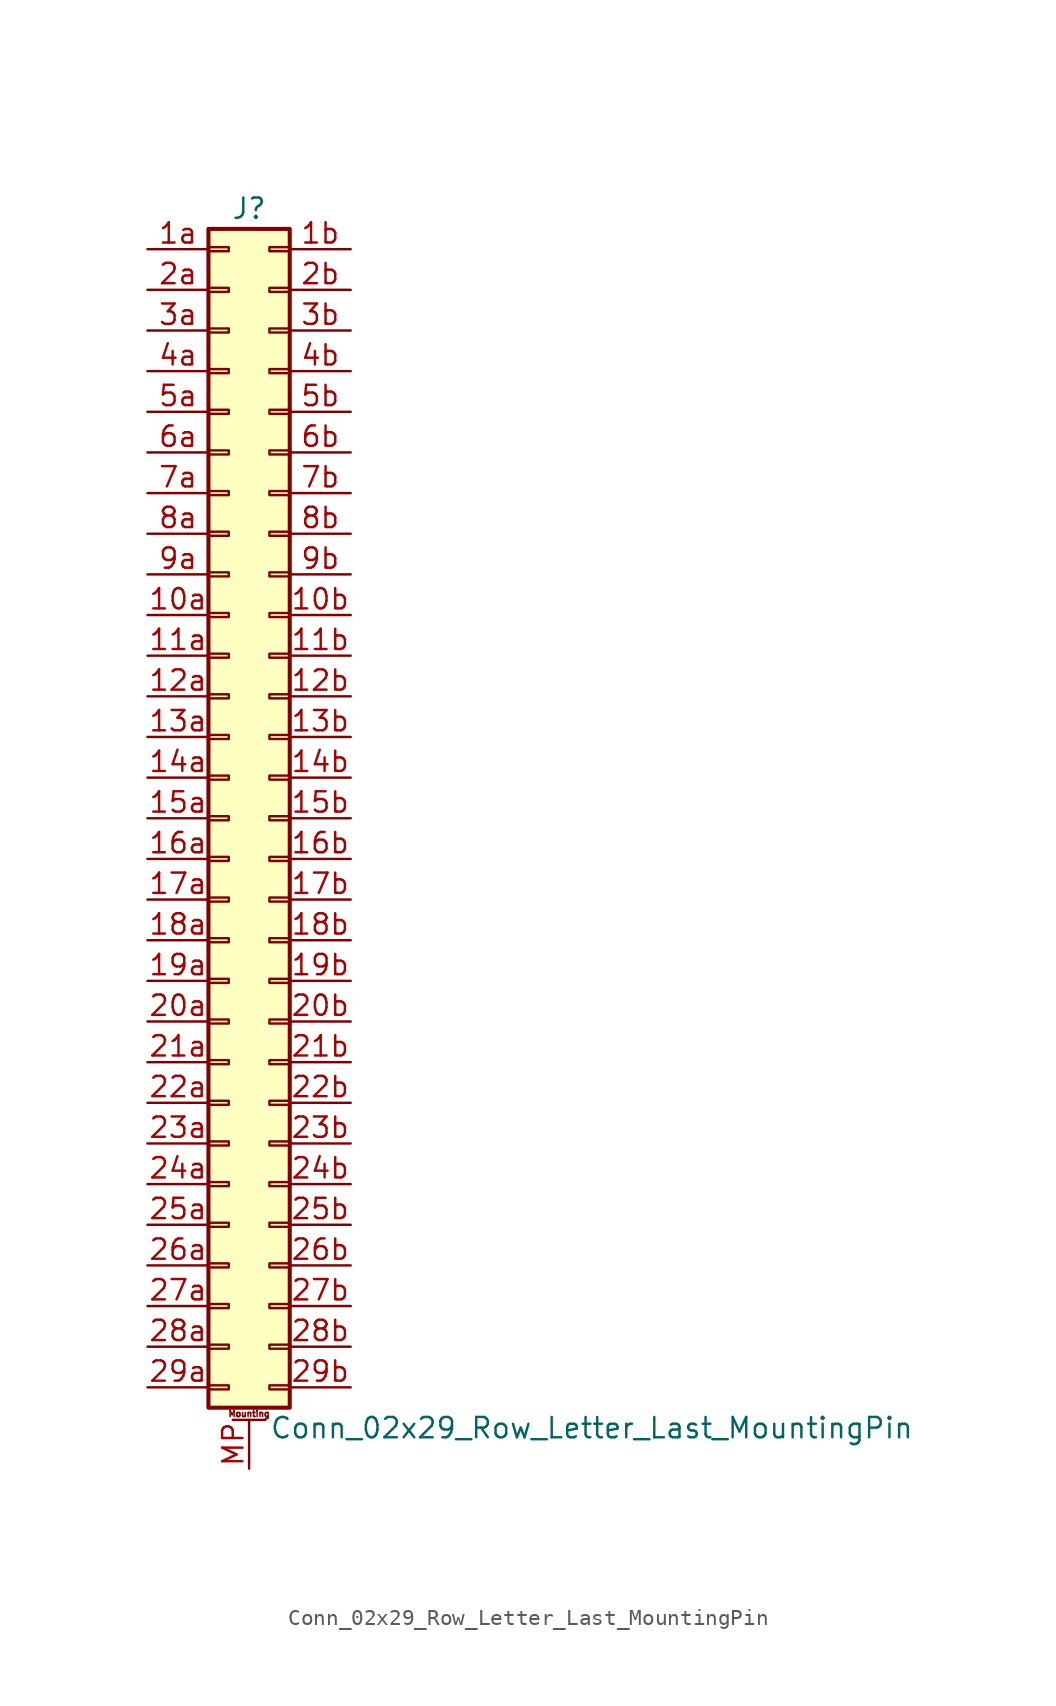
<source format=kicad_sym>
(kicad_symbol_lib
  (version 20201005)
  (generator kicad_symbol_editor)
  (symbol "Conn_02x29_Row_Letter_Last_MountingPin"
    (pin_names
      (offset 1.016) hide)
    (property "Reference" "J"
      (at 1.27 38.1 0)
      (effects (font (size 1.27 1.27))))
    (property "Value" "Conn_02x29_Row_Letter_Last_MountingPin"
      (at 2.54 -38.1 0)
      (effects (font (size 1.27 1.27)) (justify left)))
    (symbol "Conn_02x29_Row_Letter_Last_MountingPin_1_1"
      (text "Mounting" (at 1.27 -37.211 0) (effects (font (size 0.381 0.381))))
      (rectangle (start -1.27 -35.433) (end 0 -35.687) (stroke (width 0.152)) (fill (type none)))
      (rectangle (start -1.27 -32.893) (end 0 -33.147) (stroke (width 0.152)) (fill (type none)))
      (rectangle (start -1.27 -30.353) (end 0 -30.607) (stroke (width 0.152)) (fill (type none)))
      (rectangle (start -1.27 -27.813) (end 0 -28.067) (stroke (width 0.152)) (fill (type none)))
      (rectangle (start -1.27 -25.273) (end 0 -25.527) (stroke (width 0.152)) (fill (type none)))
      (rectangle (start -1.27 -22.733) (end 0 -22.987) (stroke (width 0.152)) (fill (type none)))
      (rectangle (start -1.27 -20.193) (end 0 -20.447) (stroke (width 0.152)) (fill (type none)))
      (rectangle (start -1.27 -17.653) (end 0 -17.907) (stroke (width 0.152)) (fill (type none)))
      (rectangle (start -1.27 -15.113) (end 0 -15.367) (stroke (width 0.152)) (fill (type none)))
      (rectangle (start -1.27 -12.573) (end 0 -12.827) (stroke (width 0.152)) (fill (type none)))
      (rectangle (start -1.27 -10.033) (end 0 -10.287) (stroke (width 0.152)) (fill (type none)))
      (rectangle (start -1.27 -7.493) (end 0 -7.747) (stroke (width 0.152)) (fill (type none)))
      (rectangle (start -1.27 -4.953) (end 0 -5.207) (stroke (width 0.152)) (fill (type none)))
      (rectangle (start -1.27 -2.413) (end 0 -2.667) (stroke (width 0.152)) (fill (type none)))
      (rectangle (start -1.27 0.127) (end 0 -0.127) (stroke (width 0.152)) (fill (type none)))
      (rectangle (start -1.27 2.667) (end 0 2.413) (stroke (width 0.152)) (fill (type none)))
      (rectangle (start -1.27 5.207) (end 0 4.953) (stroke (width 0.152)) (fill (type none)))
      (rectangle (start -1.27 7.747) (end 0 7.493) (stroke (width 0.152)) (fill (type none)))
      (rectangle (start -1.27 10.287) (end 0 10.033) (stroke (width 0.152)) (fill (type none)))
      (rectangle (start -1.27 12.827) (end 0 12.573) (stroke (width 0.152)) (fill (type none)))
      (rectangle (start -1.27 15.367) (end 0 15.113) (stroke (width 0.152)) (fill (type none)))
      (rectangle (start -1.27 17.907) (end 0 17.653) (stroke (width 0.152)) (fill (type none)))
      (rectangle (start -1.27 20.447) (end 0 20.193) (stroke (width 0.152)) (fill (type none)))
      (rectangle (start -1.27 22.987) (end 0 22.733) (stroke (width 0.152)) (fill (type none)))
      (rectangle (start -1.27 25.527) (end 0 25.273) (stroke (width 0.152)) (fill (type none)))
      (rectangle (start -1.27 28.067) (end 0 27.813) (stroke (width 0.152)) (fill (type none)))
      (rectangle (start -1.27 30.607) (end 0 30.353) (stroke (width 0.152)) (fill (type none)))
      (rectangle (start -1.27 33.147) (end 0 32.893) (stroke (width 0.152)) (fill (type none)))
      (rectangle (start -1.27 35.687) (end 0 35.433) (stroke (width 0.152)) (fill (type none)))
      (rectangle (start -1.27 36.83) (end 3.81 -36.83) (stroke (width 0.254)) (fill (type background)))
      (rectangle (start 3.81 -35.433) (end 2.54 -35.687) (stroke (width 0.152)) (fill (type none)))
      (rectangle (start 3.81 -32.893) (end 2.54 -33.147) (stroke (width 0.152)) (fill (type none)))
      (rectangle (start 3.81 -30.353) (end 2.54 -30.607) (stroke (width 0.152)) (fill (type none)))
      (rectangle (start 3.81 -27.813) (end 2.54 -28.067) (stroke (width 0.152)) (fill (type none)))
      (rectangle (start 3.81 -25.273) (end 2.54 -25.527) (stroke (width 0.152)) (fill (type none)))
      (rectangle (start 3.81 -22.733) (end 2.54 -22.987) (stroke (width 0.152)) (fill (type none)))
      (rectangle (start 3.81 -20.193) (end 2.54 -20.447) (stroke (width 0.152)) (fill (type none)))
      (rectangle (start 3.81 -17.653) (end 2.54 -17.907) (stroke (width 0.152)) (fill (type none)))
      (rectangle (start 3.81 -15.113) (end 2.54 -15.367) (stroke (width 0.152)) (fill (type none)))
      (rectangle (start 3.81 -12.573) (end 2.54 -12.827) (stroke (width 0.152)) (fill (type none)))
      (rectangle (start 3.81 -10.033) (end 2.54 -10.287) (stroke (width 0.152)) (fill (type none)))
      (rectangle (start 3.81 -7.493) (end 2.54 -7.747) (stroke (width 0.152)) (fill (type none)))
      (rectangle (start 3.81 -4.953) (end 2.54 -5.207) (stroke (width 0.152)) (fill (type none)))
      (rectangle (start 3.81 -2.413) (end 2.54 -2.667) (stroke (width 0.152)) (fill (type none)))
      (rectangle (start 3.81 0.127) (end 2.54 -0.127) (stroke (width 0.152)) (fill (type none)))
      (rectangle (start 3.81 2.667) (end 2.54 2.413) (stroke (width 0.152)) (fill (type none)))
      (rectangle (start 3.81 5.207) (end 2.54 4.953) (stroke (width 0.152)) (fill (type none)))
      (rectangle (start 3.81 7.747) (end 2.54 7.493) (stroke (width 0.152)) (fill (type none)))
      (rectangle (start 3.81 10.287) (end 2.54 10.033) (stroke (width 0.152)) (fill (type none)))
      (rectangle (start 3.81 12.827) (end 2.54 12.573) (stroke (width 0.152)) (fill (type none)))
      (rectangle (start 3.81 15.367) (end 2.54 15.113) (stroke (width 0.152)) (fill (type none)))
      (rectangle (start 3.81 17.907) (end 2.54 17.653) (stroke (width 0.152)) (fill (type none)))
      (rectangle (start 3.81 20.447) (end 2.54 20.193) (stroke (width 0.152)) (fill (type none)))
      (rectangle (start 3.81 22.987) (end 2.54 22.733) (stroke (width 0.152)) (fill (type none)))
      (rectangle (start 3.81 25.527) (end 2.54 25.273) (stroke (width 0.152)) (fill (type none)))
      (rectangle (start 3.81 28.067) (end 2.54 27.813) (stroke (width 0.152)) (fill (type none)))
      (rectangle (start 3.81 30.607) (end 2.54 30.353) (stroke (width 0.152)) (fill (type none)))
      (rectangle (start 3.81 33.147) (end 2.54 32.893) (stroke (width 0.152)) (fill (type none)))
      (rectangle (start 3.81 35.687) (end 2.54 35.433) (stroke (width 0.152)) (fill (type none)))
      (polyline (pts (xy 0.254 -37.592) (xy 2.286 -37.592)) (stroke (width 0.152)) (fill (type none)))
      (pin passive line (at -5.08 12.7 0) (length 3.81) (name "Pin_10a" (effects (font (size 1.27 1.27)))) (number "10a" (effects (font (size 1.27 1.27)))))
      (pin passive line (at 7.62 12.7 180) (length 3.81) (name "Pin_10b" (effects (font (size 1.27 1.27)))) (number "10b" (effects (font (size 1.27 1.27)))))
      (pin passive line (at -5.08 10.16 0) (length 3.81) (name "Pin_11a" (effects (font (size 1.27 1.27)))) (number "11a" (effects (font (size 1.27 1.27)))))
      (pin passive line (at 7.62 10.16 180) (length 3.81) (name "Pin_11b" (effects (font (size 1.27 1.27)))) (number "11b" (effects (font (size 1.27 1.27)))))
      (pin passive line (at -5.08 7.62 0) (length 3.81) (name "Pin_12a" (effects (font (size 1.27 1.27)))) (number "12a" (effects (font (size 1.27 1.27)))))
      (pin passive line (at 7.62 7.62 180) (length 3.81) (name "Pin_12b" (effects (font (size 1.27 1.27)))) (number "12b" (effects (font (size 1.27 1.27)))))
      (pin passive line (at -5.08 5.08 0) (length 3.81) (name "Pin_13a" (effects (font (size 1.27 1.27)))) (number "13a" (effects (font (size 1.27 1.27)))))
      (pin passive line (at 7.62 5.08 180) (length 3.81) (name "Pin_13b" (effects (font (size 1.27 1.27)))) (number "13b" (effects (font (size 1.27 1.27)))))
      (pin passive line (at -5.08 2.54 0) (length 3.81) (name "Pin_14a" (effects (font (size 1.27 1.27)))) (number "14a" (effects (font (size 1.27 1.27)))))
      (pin passive line (at 7.62 2.54 180) (length 3.81) (name "Pin_14b" (effects (font (size 1.27 1.27)))) (number "14b" (effects (font (size 1.27 1.27)))))
      (pin passive line (at -5.08 0 0) (length 3.81) (name "Pin_15a" (effects (font (size 1.27 1.27)))) (number "15a" (effects (font (size 1.27 1.27)))))
      (pin passive line (at 7.62 0 180) (length 3.81) (name "Pin_15b" (effects (font (size 1.27 1.27)))) (number "15b" (effects (font (size 1.27 1.27)))))
      (pin passive line (at -5.08 -2.54 0) (length 3.81) (name "Pin_16a" (effects (font (size 1.27 1.27)))) (number "16a" (effects (font (size 1.27 1.27)))))
      (pin passive line (at 7.62 -2.54 180) (length 3.81) (name "Pin_16b" (effects (font (size 1.27 1.27)))) (number "16b" (effects (font (size 1.27 1.27)))))
      (pin passive line (at -5.08 -5.08 0) (length 3.81) (name "Pin_17a" (effects (font (size 1.27 1.27)))) (number "17a" (effects (font (size 1.27 1.27)))))
      (pin passive line (at 7.62 -5.08 180) (length 3.81) (name "Pin_17b" (effects (font (size 1.27 1.27)))) (number "17b" (effects (font (size 1.27 1.27)))))
      (pin passive line (at -5.08 -7.62 0) (length 3.81) (name "Pin_18a" (effects (font (size 1.27 1.27)))) (number "18a" (effects (font (size 1.27 1.27)))))
      (pin passive line (at 7.62 -7.62 180) (length 3.81) (name "Pin_18b" (effects (font (size 1.27 1.27)))) (number "18b" (effects (font (size 1.27 1.27)))))
      (pin passive line (at -5.08 -10.16 0) (length 3.81) (name "Pin_19a" (effects (font (size 1.27 1.27)))) (number "19a" (effects (font (size 1.27 1.27)))))
      (pin passive line (at 7.62 -10.16 180) (length 3.81) (name "Pin_19b" (effects (font (size 1.27 1.27)))) (number "19b" (effects (font (size 1.27 1.27)))))
      (pin passive line (at -5.08 35.56 0) (length 3.81) (name "Pin_1a" (effects (font (size 1.27 1.27)))) (number "1a" (effects (font (size 1.27 1.27)))))
      (pin passive line (at 7.62 35.56 180) (length 3.81) (name "Pin_1b" (effects (font (size 1.27 1.27)))) (number "1b" (effects (font (size 1.27 1.27)))))
      (pin passive line (at -5.08 -12.7 0) (length 3.81) (name "Pin_20a" (effects (font (size 1.27 1.27)))) (number "20a" (effects (font (size 1.27 1.27)))))
      (pin passive line (at 7.62 -12.7 180) (length 3.81) (name "Pin_20b" (effects (font (size 1.27 1.27)))) (number "20b" (effects (font (size 1.27 1.27)))))
      (pin passive line (at -5.08 -15.24 0) (length 3.81) (name "Pin_21a" (effects (font (size 1.27 1.27)))) (number "21a" (effects (font (size 1.27 1.27)))))
      (pin passive line (at 7.62 -15.24 180) (length 3.81) (name "Pin_21b" (effects (font (size 1.27 1.27)))) (number "21b" (effects (font (size 1.27 1.27)))))
      (pin passive line (at -5.08 -17.78 0) (length 3.81) (name "Pin_22a" (effects (font (size 1.27 1.27)))) (number "22a" (effects (font (size 1.27 1.27)))))
      (pin passive line (at 7.62 -17.78 180) (length 3.81) (name "Pin_22b" (effects (font (size 1.27 1.27)))) (number "22b" (effects (font (size 1.27 1.27)))))
      (pin passive line (at -5.08 -20.32 0) (length 3.81) (name "Pin_23a" (effects (font (size 1.27 1.27)))) (number "23a" (effects (font (size 1.27 1.27)))))
      (pin passive line (at 7.62 -20.32 180) (length 3.81) (name "Pin_23b" (effects (font (size 1.27 1.27)))) (number "23b" (effects (font (size 1.27 1.27)))))
      (pin passive line (at -5.08 -22.86 0) (length 3.81) (name "Pin_24a" (effects (font (size 1.27 1.27)))) (number "24a" (effects (font (size 1.27 1.27)))))
      (pin passive line (at 7.62 -22.86 180) (length 3.81) (name "Pin_24b" (effects (font (size 1.27 1.27)))) (number "24b" (effects (font (size 1.27 1.27)))))
      (pin passive line (at -5.08 -25.4 0) (length 3.81) (name "Pin_25a" (effects (font (size 1.27 1.27)))) (number "25a" (effects (font (size 1.27 1.27)))))
      (pin passive line (at 7.62 -25.4 180) (length 3.81) (name "Pin_25b" (effects (font (size 1.27 1.27)))) (number "25b" (effects (font (size 1.27 1.27)))))
      (pin passive line (at -5.08 -27.94 0) (length 3.81) (name "Pin_26a" (effects (font (size 1.27 1.27)))) (number "26a" (effects (font (size 1.27 1.27)))))
      (pin passive line (at 7.62 -27.94 180) (length 3.81) (name "Pin_26b" (effects (font (size 1.27 1.27)))) (number "26b" (effects (font (size 1.27 1.27)))))
      (pin passive line (at -5.08 -30.48 0) (length 3.81) (name "Pin_27a" (effects (font (size 1.27 1.27)))) (number "27a" (effects (font (size 1.27 1.27)))))
      (pin passive line (at 7.62 -30.48 180) (length 3.81) (name "Pin_27b" (effects (font (size 1.27 1.27)))) (number "27b" (effects (font (size 1.27 1.27)))))
      (pin passive line (at -5.08 -33.02 0) (length 3.81) (name "Pin_28a" (effects (font (size 1.27 1.27)))) (number "28a" (effects (font (size 1.27 1.27)))))
      (pin passive line (at 7.62 -33.02 180) (length 3.81) (name "Pin_28b" (effects (font (size 1.27 1.27)))) (number "28b" (effects (font (size 1.27 1.27)))))
      (pin passive line (at -5.08 -35.56 0) (length 3.81) (name "Pin_29a" (effects (font (size 1.27 1.27)))) (number "29a" (effects (font (size 1.27 1.27)))))
      (pin passive line (at 7.62 -35.56 180) (length 3.81) (name "Pin_29b" (effects (font (size 1.27 1.27)))) (number "29b" (effects (font (size 1.27 1.27)))))
      (pin passive line (at -5.08 33.02 0) (length 3.81) (name "Pin_2a" (effects (font (size 1.27 1.27)))) (number "2a" (effects (font (size 1.27 1.27)))))
      (pin passive line (at 7.62 33.02 180) (length 3.81) (name "Pin_2b" (effects (font (size 1.27 1.27)))) (number "2b" (effects (font (size 1.27 1.27)))))
      (pin passive line (at -5.08 30.48 0) (length 3.81) (name "Pin_3a" (effects (font (size 1.27 1.27)))) (number "3a" (effects (font (size 1.27 1.27)))))
      (pin passive line (at 7.62 30.48 180) (length 3.81) (name "Pin_3b" (effects (font (size 1.27 1.27)))) (number "3b" (effects (font (size 1.27 1.27)))))
      (pin passive line (at -5.08 27.94 0) (length 3.81) (name "Pin_4a" (effects (font (size 1.27 1.27)))) (number "4a" (effects (font (size 1.27 1.27)))))
      (pin passive line (at 7.62 27.94 180) (length 3.81) (name "Pin_4b" (effects (font (size 1.27 1.27)))) (number "4b" (effects (font (size 1.27 1.27)))))
      (pin passive line (at -5.08 25.4 0) (length 3.81) (name "Pin_5a" (effects (font (size 1.27 1.27)))) (number "5a" (effects (font (size 1.27 1.27)))))
      (pin passive line (at 7.62 25.4 180) (length 3.81) (name "Pin_5b" (effects (font (size 1.27 1.27)))) (number "5b" (effects (font (size 1.27 1.27)))))
      (pin passive line (at -5.08 22.86 0) (length 3.81) (name "Pin_6a" (effects (font (size 1.27 1.27)))) (number "6a" (effects (font (size 1.27 1.27)))))
      (pin passive line (at 7.62 22.86 180) (length 3.81) (name "Pin_6b" (effects (font (size 1.27 1.27)))) (number "6b" (effects (font (size 1.27 1.27)))))
      (pin passive line (at -5.08 20.32 0) (length 3.81) (name "Pin_7a" (effects (font (size 1.27 1.27)))) (number "7a" (effects (font (size 1.27 1.27)))))
      (pin passive line (at 7.62 20.32 180) (length 3.81) (name "Pin_7b" (effects (font (size 1.27 1.27)))) (number "7b" (effects (font (size 1.27 1.27)))))
      (pin passive line (at -5.08 17.78 0) (length 3.81) (name "Pin_8a" (effects (font (size 1.27 1.27)))) (number "8a" (effects (font (size 1.27 1.27)))))
      (pin passive line (at 7.62 17.78 180) (length 3.81) (name "Pin_8b" (effects (font (size 1.27 1.27)))) (number "8b" (effects (font (size 1.27 1.27)))))
      (pin passive line (at -5.08 15.24 0) (length 3.81) (name "Pin_9a" (effects (font (size 1.27 1.27)))) (number "9a" (effects (font (size 1.27 1.27)))))
      (pin passive line (at 7.62 15.24 180) (length 3.81) (name "Pin_9b" (effects (font (size 1.27 1.27)))) (number "9b" (effects (font (size 1.27 1.27)))))
      (pin passive line (at 1.27 -40.64 90) (length 3.048) (name "MountPin" (effects (font (size 1.27 1.27)))) (number "MP" (effects (font (size 1.27 1.27))))))))
</source>
